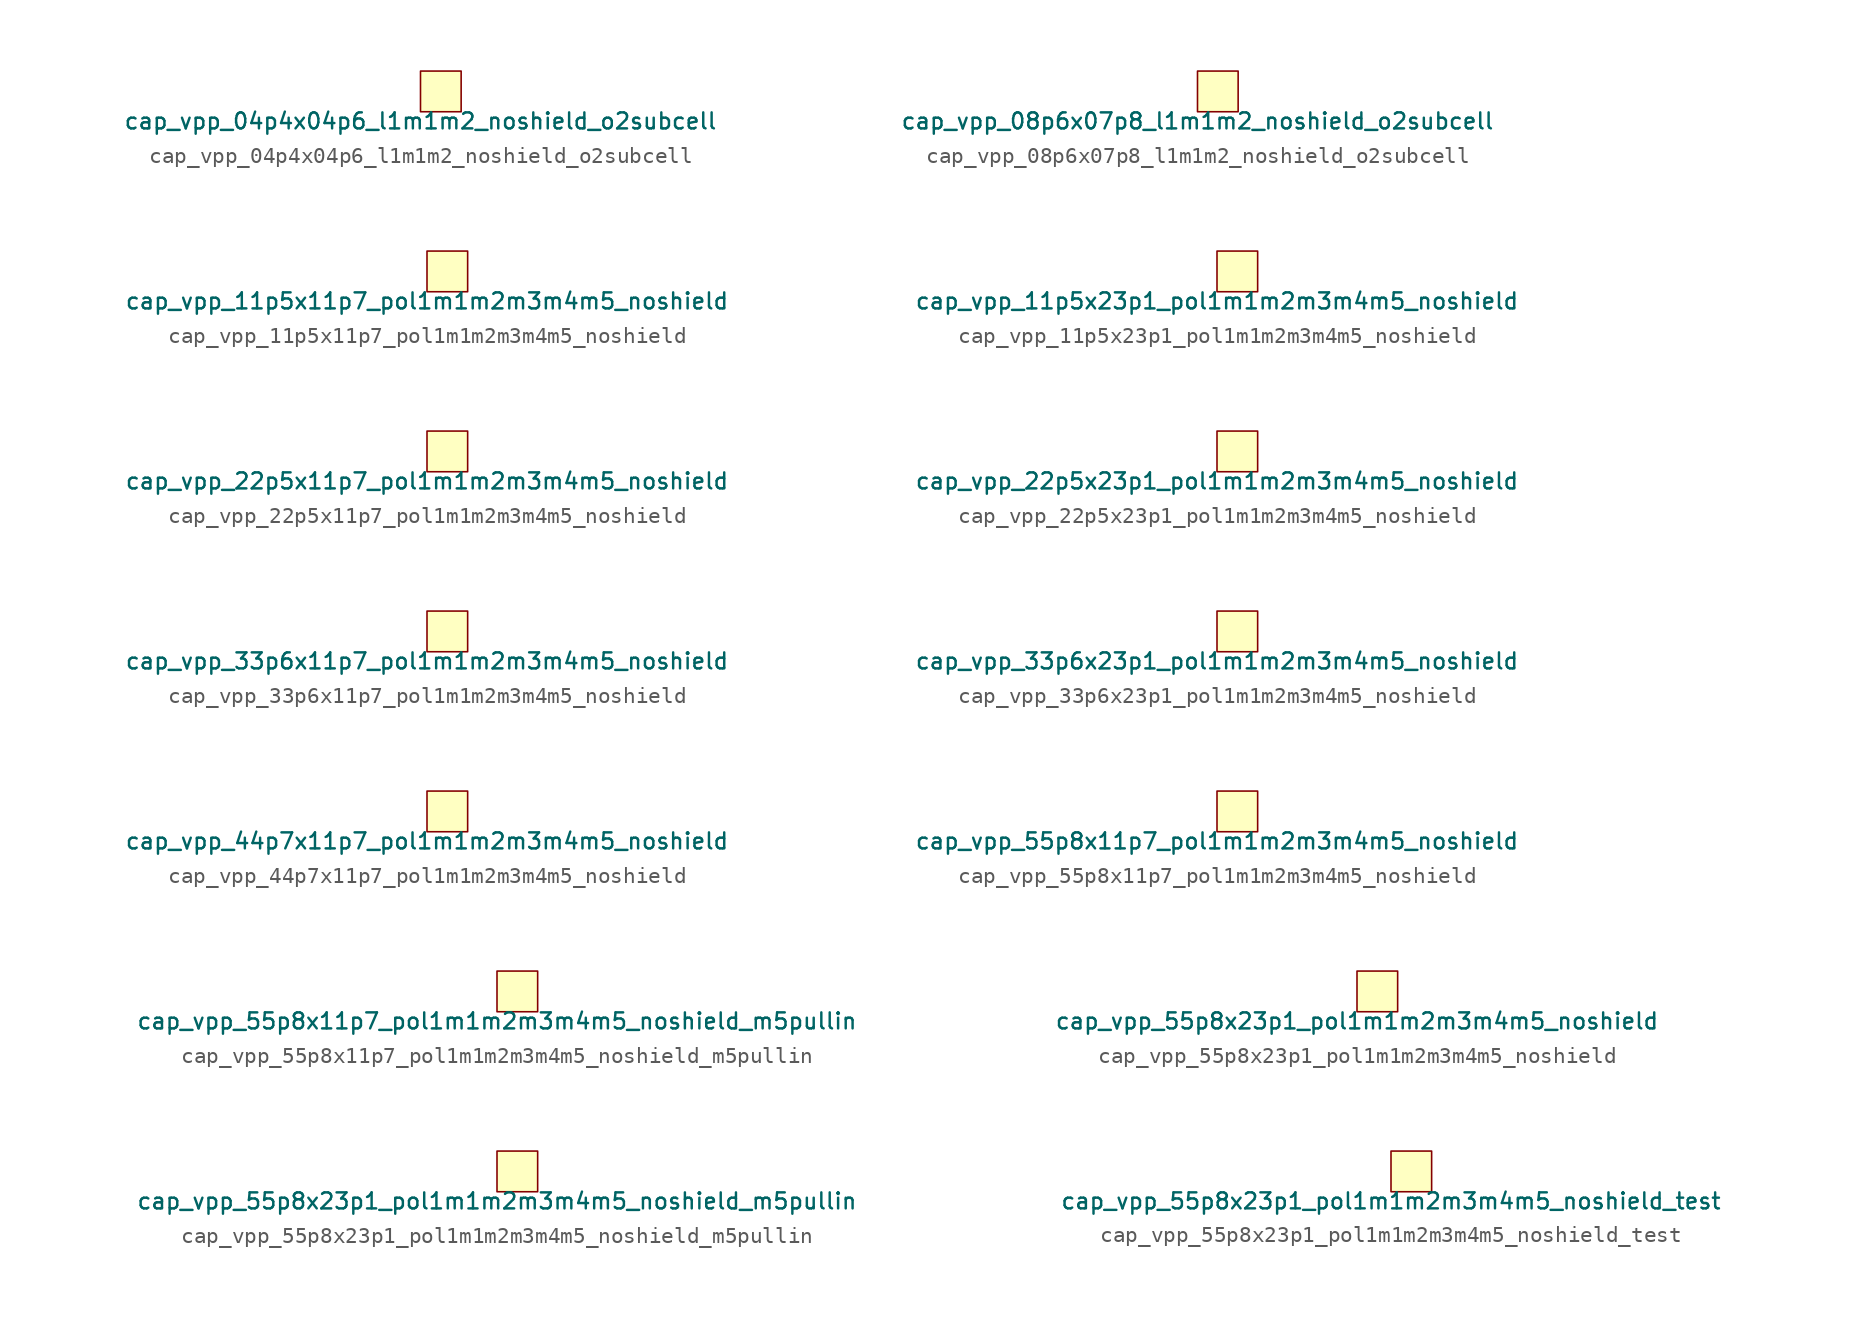
<source format=kicad_sym>
(kicad_symbol_lib
  (version 20211014)
  (generator pdk2kicad)
  (symbol "cap_vpp_04p4x04p6_l1m1m2_noshield_o2subcell"
    (property "Reference" "X"
      (at 0 0 0)
      (effects (font (size 1 1)) hide))
    (property "Value" "cap_vpp_04p4x04p6_l1m1m2_noshield_o2subcell"
      (at -1.27 -1.27 0)
      (effects (font (size 1 1)) (justify top)))
    (rectangle
      (start -1.27 -1.27)
      (end 1.27 1.27)
      (stroke (width 0.1) (type solid) (color 0 0 0 0))
      (fill (type background))))
  (symbol "cap_vpp_08p6x07p8_l1m1m2_noshield_o2subcell"
    (property "Reference" "X"
      (at 0 0 0)
      (effects (font (size 1 1)) hide))
    (property "Value" "cap_vpp_08p6x07p8_l1m1m2_noshield_o2subcell"
      (at -1.27 -1.27 0)
      (effects (font (size 1 1)) (justify top)))
    (rectangle
      (start -1.27 -1.27)
      (end 1.27 1.27)
      (stroke (width 0.1) (type solid) (color 0 0 0 0))
      (fill (type background))))
  (symbol "cap_vpp_11p5x11p7_pol1m1m2m3m4m5_noshield"
    (property "Reference" "X"
      (at 0 0 0)
      (effects (font (size 1 1)) hide))
    (property "Value" "cap_vpp_11p5x11p7_pol1m1m2m3m4m5_noshield"
      (at -1.27 -1.27 0)
      (effects (font (size 1 1)) (justify top)))
    (rectangle
      (start -1.27 -1.27)
      (end 1.27 1.27)
      (stroke (width 0.1) (type solid) (color 0 0 0 0))
      (fill (type background))))
  (symbol "cap_vpp_11p5x23p1_pol1m1m2m3m4m5_noshield"
    (property "Reference" "X"
      (at 0 0 0)
      (effects (font (size 1 1)) hide))
    (property "Value" "cap_vpp_11p5x23p1_pol1m1m2m3m4m5_noshield"
      (at -1.27 -1.27 0)
      (effects (font (size 1 1)) (justify top)))
    (rectangle
      (start -1.27 -1.27)
      (end 1.27 1.27)
      (stroke (width 0.1) (type solid) (color 0 0 0 0))
      (fill (type background))))
  (symbol "cap_vpp_22p5x11p7_pol1m1m2m3m4m5_noshield"
    (property "Reference" "X"
      (at 0 0 0)
      (effects (font (size 1 1)) hide))
    (property "Value" "cap_vpp_22p5x11p7_pol1m1m2m3m4m5_noshield"
      (at -1.27 -1.27 0)
      (effects (font (size 1 1)) (justify top)))
    (rectangle
      (start -1.27 -1.27)
      (end 1.27 1.27)
      (stroke (width 0.1) (type solid) (color 0 0 0 0))
      (fill (type background))))
  (symbol "cap_vpp_22p5x23p1_pol1m1m2m3m4m5_noshield"
    (property "Reference" "X"
      (at 0 0 0)
      (effects (font (size 1 1)) hide))
    (property "Value" "cap_vpp_22p5x23p1_pol1m1m2m3m4m5_noshield"
      (at -1.27 -1.27 0)
      (effects (font (size 1 1)) (justify top)))
    (rectangle
      (start -1.27 -1.27)
      (end 1.27 1.27)
      (stroke (width 0.1) (type solid) (color 0 0 0 0))
      (fill (type background))))
  (symbol "cap_vpp_33p6x11p7_pol1m1m2m3m4m5_noshield"
    (property "Reference" "X"
      (at 0 0 0)
      (effects (font (size 1 1)) hide))
    (property "Value" "cap_vpp_33p6x11p7_pol1m1m2m3m4m5_noshield"
      (at -1.27 -1.27 0)
      (effects (font (size 1 1)) (justify top)))
    (rectangle
      (start -1.27 -1.27)
      (end 1.27 1.27)
      (stroke (width 0.1) (type solid) (color 0 0 0 0))
      (fill (type background))))
  (symbol "cap_vpp_33p6x23p1_pol1m1m2m3m4m5_noshield"
    (property "Reference" "X"
      (at 0 0 0)
      (effects (font (size 1 1)) hide))
    (property "Value" "cap_vpp_33p6x23p1_pol1m1m2m3m4m5_noshield"
      (at -1.27 -1.27 0)
      (effects (font (size 1 1)) (justify top)))
    (rectangle
      (start -1.27 -1.27)
      (end 1.27 1.27)
      (stroke (width 0.1) (type solid) (color 0 0 0 0))
      (fill (type background))))
  (symbol "cap_vpp_44p7x11p7_pol1m1m2m3m4m5_noshield"
    (property "Reference" "X"
      (at 0 0 0)
      (effects (font (size 1 1)) hide))
    (property "Value" "cap_vpp_44p7x11p7_pol1m1m2m3m4m5_noshield"
      (at -1.27 -1.27 0)
      (effects (font (size 1 1)) (justify top)))
    (rectangle
      (start -1.27 -1.27)
      (end 1.27 1.27)
      (stroke (width 0.1) (type solid) (color 0 0 0 0))
      (fill (type background))))
  (symbol "cap_vpp_55p8x11p7_pol1m1m2m3m4m5_noshield"
    (property "Reference" "X"
      (at 0 0 0)
      (effects (font (size 1 1)) hide))
    (property "Value" "cap_vpp_55p8x11p7_pol1m1m2m3m4m5_noshield"
      (at -1.27 -1.27 0)
      (effects (font (size 1 1)) (justify top)))
    (rectangle
      (start -1.27 -1.27)
      (end 1.27 1.27)
      (stroke (width 0.1) (type solid) (color 0 0 0 0))
      (fill (type background))))
  (symbol "cap_vpp_55p8x11p7_pol1m1m2m3m4m5_noshield_m5pullin"
    (property "Reference" "X"
      (at 0 0 0)
      (effects (font (size 1 1)) hide))
    (property "Value" "cap_vpp_55p8x11p7_pol1m1m2m3m4m5_noshield_m5pullin"
      (at -1.27 -1.27 0)
      (effects (font (size 1 1)) (justify top)))
    (rectangle
      (start -1.27 -1.27)
      (end 1.27 1.27)
      (stroke (width 0.1) (type solid) (color 0 0 0 0))
      (fill (type background))))
  (symbol "cap_vpp_55p8x23p1_pol1m1m2m3m4m5_noshield"
    (property "Reference" "X"
      (at 0 0 0)
      (effects (font (size 1 1)) hide))
    (property "Value" "cap_vpp_55p8x23p1_pol1m1m2m3m4m5_noshield"
      (at -1.27 -1.27 0)
      (effects (font (size 1 1)) (justify top)))
    (rectangle
      (start -1.27 -1.27)
      (end 1.27 1.27)
      (stroke (width 0.1) (type solid) (color 0 0 0 0))
      (fill (type background))))
  (symbol "cap_vpp_55p8x23p1_pol1m1m2m3m4m5_noshield_m5pullin"
    (property "Reference" "X"
      (at 0 0 0)
      (effects (font (size 1 1)) hide))
    (property "Value" "cap_vpp_55p8x23p1_pol1m1m2m3m4m5_noshield_m5pullin"
      (at -1.27 -1.27 0)
      (effects (font (size 1 1)) (justify top)))
    (rectangle
      (start -1.27 -1.27)
      (end 1.27 1.27)
      (stroke (width 0.1) (type solid) (color 0 0 0 0))
      (fill (type background))))
  (symbol "cap_vpp_55p8x23p1_pol1m1m2m3m4m5_noshield_test"
    (property "Reference" "X"
      (at 0 0 0)
      (effects (font (size 1 1)) hide))
    (property "Value" "cap_vpp_55p8x23p1_pol1m1m2m3m4m5_noshield_test"
      (at -1.27 -1.27 0)
      (effects (font (size 1 1)) (justify top)))
    (rectangle
      (start -1.27 -1.27)
      (end 1.27 1.27)
      (stroke (width 0.1) (type solid) (color 0 0 0 0))
      (fill (type background)))))
</source>
